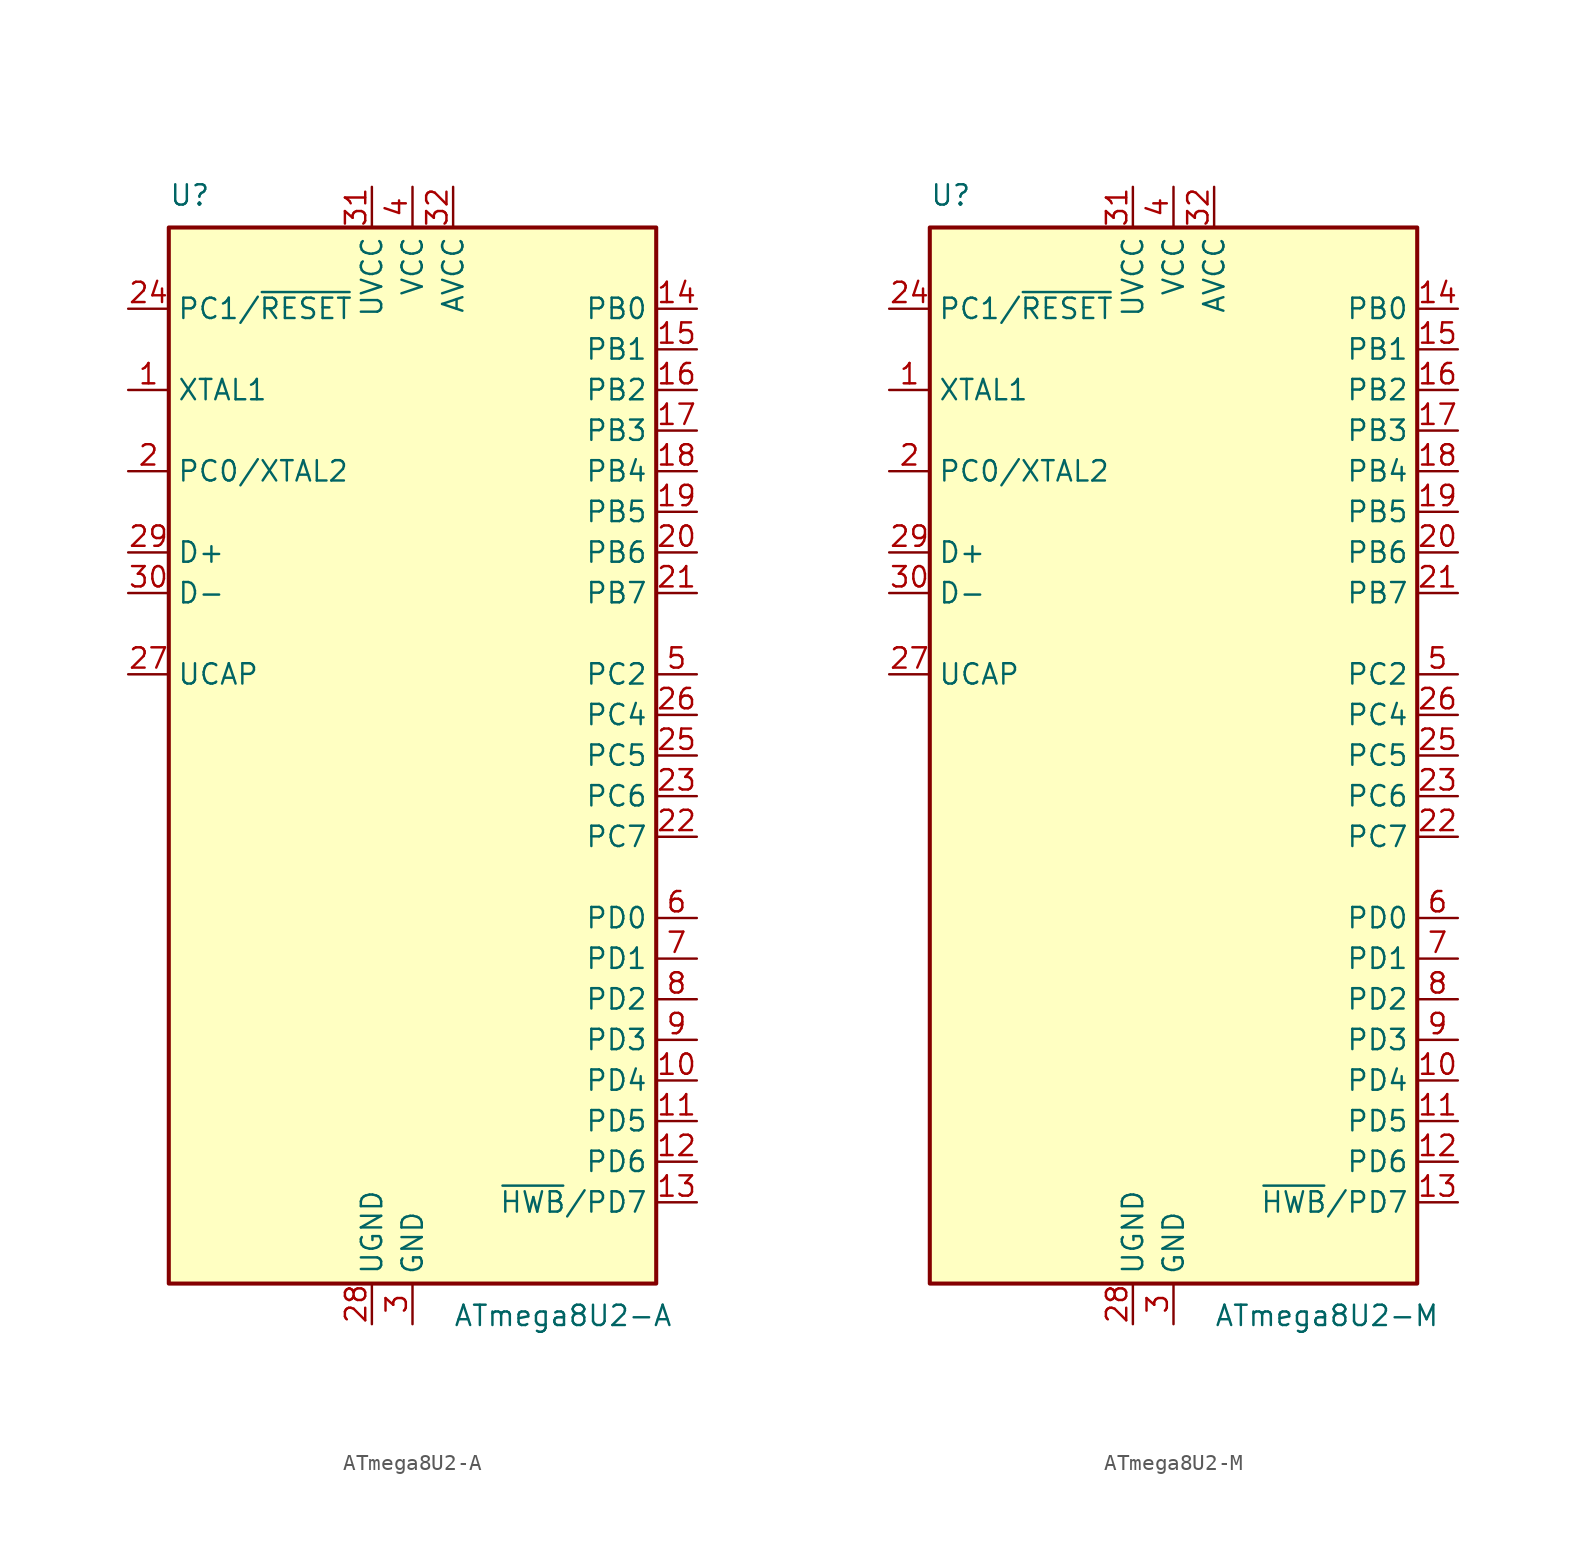
<source format=kicad_sym>
(kicad_symbol_lib
  (version 20201005)
  (generator kicad_symbol_editor)
  (symbol "MCU_Microchip_ATmega:ATmega8U2-A"
    (property "Reference" "U"
      (at -15.24 34.29 0)
      (effects (font (size 1.27 1.27)) (justify left bottom)))
    (property "Value" "ATmega8U2-A"
      (at 2.54 -34.29 0)
      (effects (font (size 1.27 1.27)) (justify left top)))
    (symbol "ATmega8U2-A_0_1"
      (rectangle (start -15.24 -33.02) (end 15.24 33.02) (stroke (width 0.254)) (fill (type background))))
    (symbol "ATmega8U2-A_1_1"
      (pin input line (at -17.78 22.86 0) (length 2.54) (name "XTAL1" (effects (font (size 1.27 1.27)))) (number "1" (effects (font (size 1.27 1.27)))))
      (pin bidirectional line (at 17.78 -20.32 180) (length 2.54) (name "PD4" (effects (font (size 1.27 1.27)))) (number "10" (effects (font (size 1.27 1.27)))))
      (pin bidirectional line (at 17.78 -22.86 180) (length 2.54) (name "PD5" (effects (font (size 1.27 1.27)))) (number "11" (effects (font (size 1.27 1.27)))))
      (pin bidirectional line (at 17.78 -25.4 180) (length 2.54) (name "PD6" (effects (font (size 1.27 1.27)))) (number "12" (effects (font (size 1.27 1.27)))))
      (pin bidirectional line (at 17.78 -27.94 180) (length 2.54) (name "~HWB~/PD7" (effects (font (size 1.27 1.27)))) (number "13" (effects (font (size 1.27 1.27)))))
      (pin bidirectional line (at 17.78 27.94 180) (length 2.54) (name "PB0" (effects (font (size 1.27 1.27)))) (number "14" (effects (font (size 1.27 1.27)))))
      (pin bidirectional line (at 17.78 25.4 180) (length 2.54) (name "PB1" (effects (font (size 1.27 1.27)))) (number "15" (effects (font (size 1.27 1.27)))))
      (pin bidirectional line (at 17.78 22.86 180) (length 2.54) (name "PB2" (effects (font (size 1.27 1.27)))) (number "16" (effects (font (size 1.27 1.27)))))
      (pin bidirectional line (at 17.78 20.32 180) (length 2.54) (name "PB3" (effects (font (size 1.27 1.27)))) (number "17" (effects (font (size 1.27 1.27)))))
      (pin bidirectional line (at 17.78 17.78 180) (length 2.54) (name "PB4" (effects (font (size 1.27 1.27)))) (number "18" (effects (font (size 1.27 1.27)))))
      (pin bidirectional line (at 17.78 15.24 180) (length 2.54) (name "PB5" (effects (font (size 1.27 1.27)))) (number "19" (effects (font (size 1.27 1.27)))))
      (pin bidirectional line (at -17.78 17.78 0) (length 2.54) (name "PC0/XTAL2" (effects (font (size 1.27 1.27)))) (number "2" (effects (font (size 1.27 1.27)))))
      (pin bidirectional line (at 17.78 12.7 180) (length 2.54) (name "PB6" (effects (font (size 1.27 1.27)))) (number "20" (effects (font (size 1.27 1.27)))))
      (pin bidirectional line (at 17.78 10.16 180) (length 2.54) (name "PB7" (effects (font (size 1.27 1.27)))) (number "21" (effects (font (size 1.27 1.27)))))
      (pin bidirectional line (at 17.78 -5.08 180) (length 2.54) (name "PC7" (effects (font (size 1.27 1.27)))) (number "22" (effects (font (size 1.27 1.27)))))
      (pin bidirectional line (at 17.78 -2.54 180) (length 2.54) (name "PC6" (effects (font (size 1.27 1.27)))) (number "23" (effects (font (size 1.27 1.27)))))
      (pin bidirectional line (at -17.78 27.94 0) (length 2.54) (name "PC1/~RESET" (effects (font (size 1.27 1.27)))) (number "24" (effects (font (size 1.27 1.27)))))
      (pin bidirectional line (at 17.78 0 180) (length 2.54) (name "PC5" (effects (font (size 1.27 1.27)))) (number "25" (effects (font (size 1.27 1.27)))))
      (pin bidirectional line (at 17.78 2.54 180) (length 2.54) (name "PC4" (effects (font (size 1.27 1.27)))) (number "26" (effects (font (size 1.27 1.27)))))
      (pin passive line (at -17.78 5.08 0) (length 2.54) (name "UCAP" (effects (font (size 1.27 1.27)))) (number "27" (effects (font (size 1.27 1.27)))))
      (pin power_in line (at -2.54 -35.56 90) (length 2.54) (name "UGND" (effects (font (size 1.27 1.27)))) (number "28" (effects (font (size 1.27 1.27)))))
      (pin bidirectional line (at -17.78 12.7 0) (length 2.54) (name "D+" (effects (font (size 1.27 1.27)))) (number "29" (effects (font (size 1.27 1.27)))))
      (pin power_in line (at 0 -35.56 90) (length 2.54) (name "GND" (effects (font (size 1.27 1.27)))) (number "3" (effects (font (size 1.27 1.27)))))
      (pin bidirectional line (at -17.78 10.16 0) (length 2.54) (name "D-" (effects (font (size 1.27 1.27)))) (number "30" (effects (font (size 1.27 1.27)))))
      (pin power_in line (at -2.54 35.56 270) (length 2.54) (name "UVCC" (effects (font (size 1.27 1.27)))) (number "31" (effects (font (size 1.27 1.27)))))
      (pin power_in line (at 2.54 35.56 270) (length 2.54) (name "AVCC" (effects (font (size 1.27 1.27)))) (number "32" (effects (font (size 1.27 1.27)))))
      (pin power_in line (at 0 35.56 270) (length 2.54) (name "VCC" (effects (font (size 1.27 1.27)))) (number "4" (effects (font (size 1.27 1.27)))))
      (pin bidirectional line (at 17.78 5.08 180) (length 2.54) (name "PC2" (effects (font (size 1.27 1.27)))) (number "5" (effects (font (size 1.27 1.27)))))
      (pin bidirectional line (at 17.78 -10.16 180) (length 2.54) (name "PD0" (effects (font (size 1.27 1.27)))) (number "6" (effects (font (size 1.27 1.27)))))
      (pin bidirectional line (at 17.78 -12.7 180) (length 2.54) (name "PD1" (effects (font (size 1.27 1.27)))) (number "7" (effects (font (size 1.27 1.27)))))
      (pin bidirectional line (at 17.78 -15.24 180) (length 2.54) (name "PD2" (effects (font (size 1.27 1.27)))) (number "8" (effects (font (size 1.27 1.27)))))
      (pin bidirectional line (at 17.78 -17.78 180) (length 2.54) (name "PD3" (effects (font (size 1.27 1.27)))) (number "9" (effects (font (size 1.27 1.27)))))))
  (symbol "MCU_Microchip_ATmega:ATmega8U2-M"
    (property "Reference" "U"
      (at -15.24 34.29 0)
      (effects (font (size 1.27 1.27)) (justify left bottom)))
    (property "Value" "ATmega8U2-M"
      (at 2.54 -34.29 0)
      (effects (font (size 1.27 1.27)) (justify left top)))
    (symbol "ATmega8U2-M_0_1"
      (rectangle (start -15.24 -33.02) (end 15.24 33.02) (stroke (width 0.254)) (fill (type background))))
    (symbol "ATmega8U2-M_1_1"
      (pin input line (at -17.78 22.86 0) (length 2.54) (name "XTAL1" (effects (font (size 1.27 1.27)))) (number "1" (effects (font (size 1.27 1.27)))))
      (pin bidirectional line (at 17.78 -20.32 180) (length 2.54) (name "PD4" (effects (font (size 1.27 1.27)))) (number "10" (effects (font (size 1.27 1.27)))))
      (pin bidirectional line (at 17.78 -22.86 180) (length 2.54) (name "PD5" (effects (font (size 1.27 1.27)))) (number "11" (effects (font (size 1.27 1.27)))))
      (pin bidirectional line (at 17.78 -25.4 180) (length 2.54) (name "PD6" (effects (font (size 1.27 1.27)))) (number "12" (effects (font (size 1.27 1.27)))))
      (pin bidirectional line (at 17.78 -27.94 180) (length 2.54) (name "~HWB~/PD7" (effects (font (size 1.27 1.27)))) (number "13" (effects (font (size 1.27 1.27)))))
      (pin bidirectional line (at 17.78 27.94 180) (length 2.54) (name "PB0" (effects (font (size 1.27 1.27)))) (number "14" (effects (font (size 1.27 1.27)))))
      (pin bidirectional line (at 17.78 25.4 180) (length 2.54) (name "PB1" (effects (font (size 1.27 1.27)))) (number "15" (effects (font (size 1.27 1.27)))))
      (pin bidirectional line (at 17.78 22.86 180) (length 2.54) (name "PB2" (effects (font (size 1.27 1.27)))) (number "16" (effects (font (size 1.27 1.27)))))
      (pin bidirectional line (at 17.78 20.32 180) (length 2.54) (name "PB3" (effects (font (size 1.27 1.27)))) (number "17" (effects (font (size 1.27 1.27)))))
      (pin bidirectional line (at 17.78 17.78 180) (length 2.54) (name "PB4" (effects (font (size 1.27 1.27)))) (number "18" (effects (font (size 1.27 1.27)))))
      (pin bidirectional line (at 17.78 15.24 180) (length 2.54) (name "PB5" (effects (font (size 1.27 1.27)))) (number "19" (effects (font (size 1.27 1.27)))))
      (pin bidirectional line (at -17.78 17.78 0) (length 2.54) (name "PC0/XTAL2" (effects (font (size 1.27 1.27)))) (number "2" (effects (font (size 1.27 1.27)))))
      (pin bidirectional line (at 17.78 12.7 180) (length 2.54) (name "PB6" (effects (font (size 1.27 1.27)))) (number "20" (effects (font (size 1.27 1.27)))))
      (pin bidirectional line (at 17.78 10.16 180) (length 2.54) (name "PB7" (effects (font (size 1.27 1.27)))) (number "21" (effects (font (size 1.27 1.27)))))
      (pin bidirectional line (at 17.78 -5.08 180) (length 2.54) (name "PC7" (effects (font (size 1.27 1.27)))) (number "22" (effects (font (size 1.27 1.27)))))
      (pin bidirectional line (at 17.78 -2.54 180) (length 2.54) (name "PC6" (effects (font (size 1.27 1.27)))) (number "23" (effects (font (size 1.27 1.27)))))
      (pin bidirectional line (at -17.78 27.94 0) (length 2.54) (name "PC1/~RESET" (effects (font (size 1.27 1.27)))) (number "24" (effects (font (size 1.27 1.27)))))
      (pin bidirectional line (at 17.78 0 180) (length 2.54) (name "PC5" (effects (font (size 1.27 1.27)))) (number "25" (effects (font (size 1.27 1.27)))))
      (pin bidirectional line (at 17.78 2.54 180) (length 2.54) (name "PC4" (effects (font (size 1.27 1.27)))) (number "26" (effects (font (size 1.27 1.27)))))
      (pin passive line (at -17.78 5.08 0) (length 2.54) (name "UCAP" (effects (font (size 1.27 1.27)))) (number "27" (effects (font (size 1.27 1.27)))))
      (pin power_in line (at -2.54 -35.56 90) (length 2.54) (name "UGND" (effects (font (size 1.27 1.27)))) (number "28" (effects (font (size 1.27 1.27)))))
      (pin bidirectional line (at -17.78 12.7 0) (length 2.54) (name "D+" (effects (font (size 1.27 1.27)))) (number "29" (effects (font (size 1.27 1.27)))))
      (pin power_in line (at 0 -35.56 90) (length 2.54) (name "GND" (effects (font (size 1.27 1.27)))) (number "3" (effects (font (size 1.27 1.27)))))
      (pin bidirectional line (at -17.78 10.16 0) (length 2.54) (name "D-" (effects (font (size 1.27 1.27)))) (number "30" (effects (font (size 1.27 1.27)))))
      (pin power_in line (at -2.54 35.56 270) (length 2.54) (name "UVCC" (effects (font (size 1.27 1.27)))) (number "31" (effects (font (size 1.27 1.27)))))
      (pin power_in line (at 2.54 35.56 270) (length 2.54) (name "AVCC" (effects (font (size 1.27 1.27)))) (number "32" (effects (font (size 1.27 1.27)))))
      (pin passive line (at 0 -35.56 90) (length 2.54) hide (name "GND" (effects (font (size 1.27 1.27)))) (number "33" (effects (font (size 1.27 1.27)))))
      (pin power_in line (at 0 35.56 270) (length 2.54) (name "VCC" (effects (font (size 1.27 1.27)))) (number "4" (effects (font (size 1.27 1.27)))))
      (pin bidirectional line (at 17.78 5.08 180) (length 2.54) (name "PC2" (effects (font (size 1.27 1.27)))) (number "5" (effects (font (size 1.27 1.27)))))
      (pin bidirectional line (at 17.78 -10.16 180) (length 2.54) (name "PD0" (effects (font (size 1.27 1.27)))) (number "6" (effects (font (size 1.27 1.27)))))
      (pin bidirectional line (at 17.78 -12.7 180) (length 2.54) (name "PD1" (effects (font (size 1.27 1.27)))) (number "7" (effects (font (size 1.27 1.27)))))
      (pin bidirectional line (at 17.78 -15.24 180) (length 2.54) (name "PD2" (effects (font (size 1.27 1.27)))) (number "8" (effects (font (size 1.27 1.27)))))
      (pin bidirectional line (at 17.78 -17.78 180) (length 2.54) (name "PD3" (effects (font (size 1.27 1.27)))) (number "9" (effects (font (size 1.27 1.27))))))))
</source>
